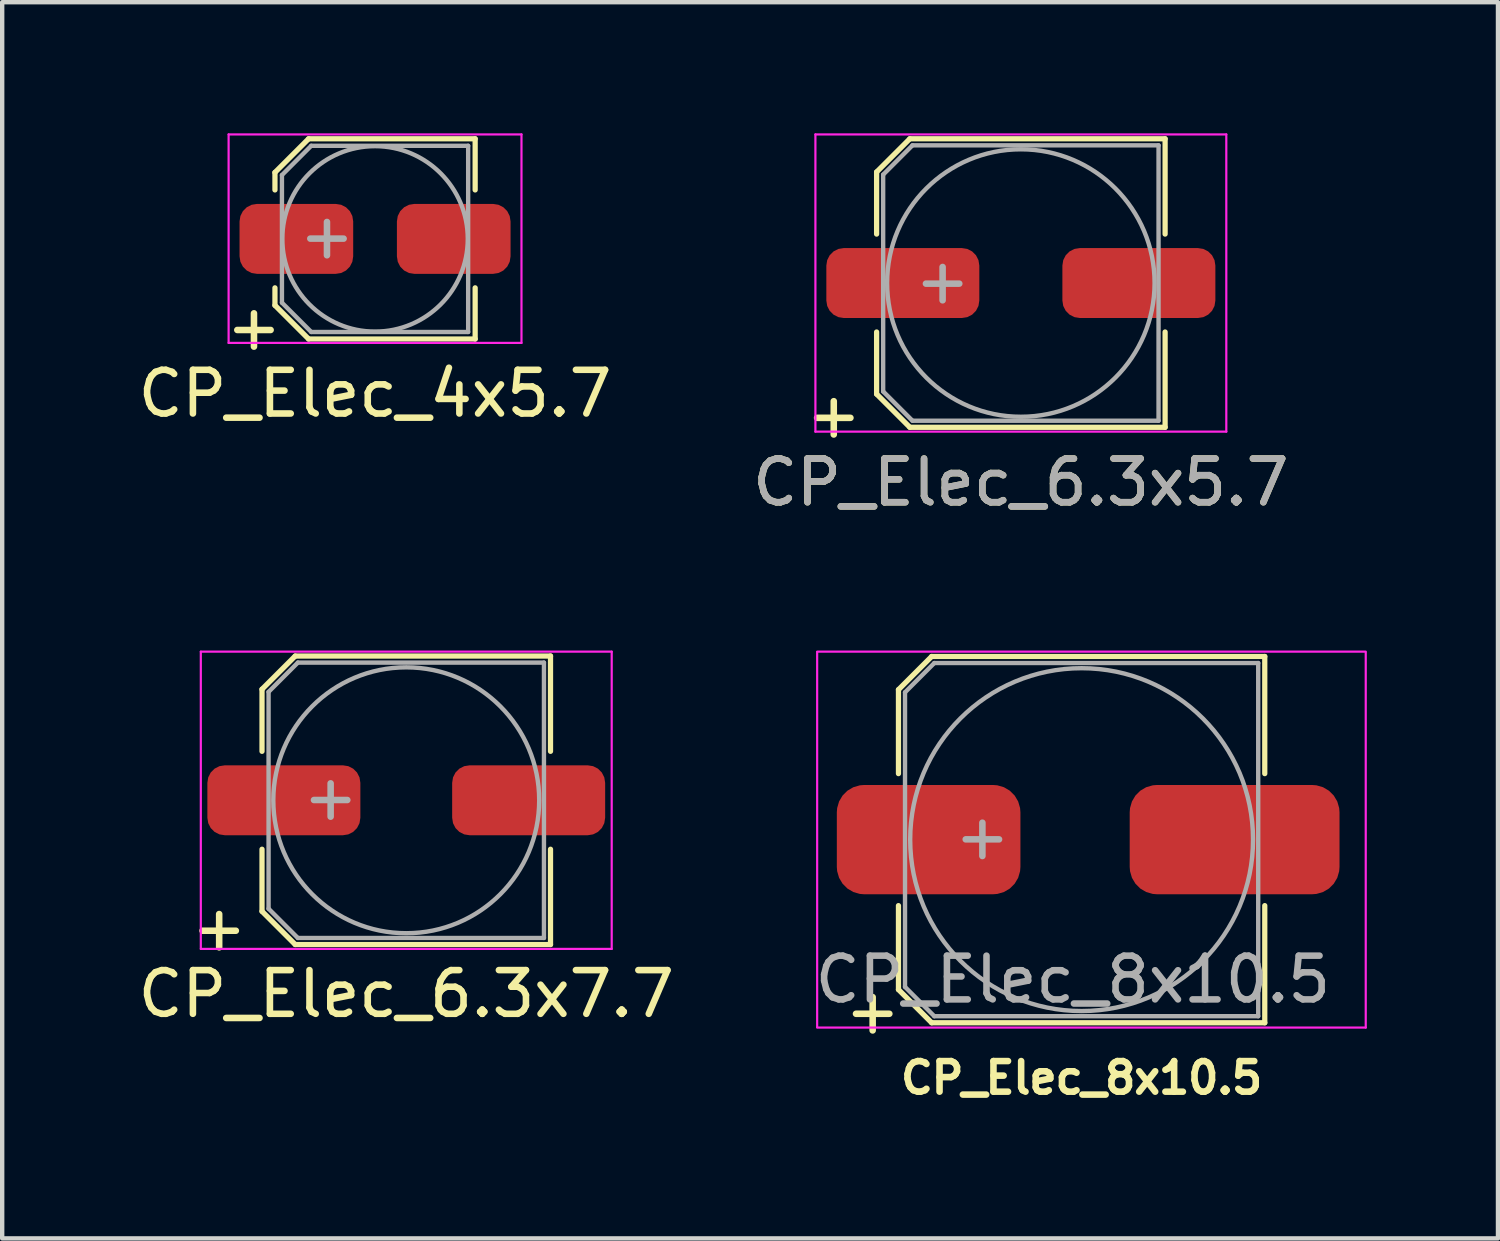
<source format=kicad_pcb>
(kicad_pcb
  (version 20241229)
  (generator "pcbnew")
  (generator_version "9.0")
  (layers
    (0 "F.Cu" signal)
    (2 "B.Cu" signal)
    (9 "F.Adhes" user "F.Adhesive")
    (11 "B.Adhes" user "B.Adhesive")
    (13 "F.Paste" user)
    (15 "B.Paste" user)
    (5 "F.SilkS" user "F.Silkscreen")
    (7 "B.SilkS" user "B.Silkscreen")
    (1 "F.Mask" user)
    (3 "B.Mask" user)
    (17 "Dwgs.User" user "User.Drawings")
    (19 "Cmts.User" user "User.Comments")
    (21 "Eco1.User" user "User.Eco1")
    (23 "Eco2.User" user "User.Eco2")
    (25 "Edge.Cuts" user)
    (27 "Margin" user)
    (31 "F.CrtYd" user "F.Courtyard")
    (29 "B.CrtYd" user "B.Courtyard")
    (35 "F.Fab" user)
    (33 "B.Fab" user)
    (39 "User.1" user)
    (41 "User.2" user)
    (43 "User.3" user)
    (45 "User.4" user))
  (footprint "CP_Elec_8x10.5"
    (layer "F.Cu")
    (at 21.694 16.158)
    (property "Reference" "CP_Elec_8x10.5" (at 0 5.45 0) (layer "F.SilkS") (effects (font (size 0.7 0.7) (thickness 0.15))))
    (attr smd)
    (fp_line (start -4.19 -3.43) (end -4.19 -1.51) (stroke (width 0.12) (type solid)) (layer "F.SilkS"))
    (fp_line (start -4.19 -3.43) (end -3.43 -4.19) (stroke (width 0.12) (type solid)) (layer "F.SilkS"))
    (fp_line (start -4.19 3.43) (end -4.19 1.51) (stroke (width 0.12) (type solid)) (layer "F.SilkS"))
    (fp_line (start -3.43 -4.19) (end 4.19 -4.19) (stroke (width 0.12) (type solid)) (layer "F.SilkS"))
    (fp_line (start -3.43 4.19) (end -4.19 3.43) (stroke (width 0.12) (type solid)) (layer "F.SilkS"))
    (fp_line (start 4.19 -4.19) (end 4.19 -1.51) (stroke (width 0.12) (type solid)) (layer "F.SilkS"))
    (fp_line (start 4.19 4.19) (end -3.43 4.19) (stroke (width 0.12) (type solid)) (layer "F.SilkS"))
    (fp_line (start 4.19 4.19) (end 4.19 1.51) (stroke (width 0.12) (type solid)) (layer "F.SilkS"))
    (fp_line (start -6.05 -4.3) (end 6.5 -4.3) (stroke (width 0.05) (type solid)) (layer "F.CrtYd"))
    (fp_line (start -6.05 -4.29) (end -6.05 4.29) (stroke (width 0.05) (type solid)) (layer "F.CrtYd"))
    (fp_line (start 6.5 4.3) (end -6.05 4.3) (stroke (width 0.05) (type solid)) (layer "F.CrtYd"))
    (fp_line (start 6.5 4.3) (end 6.5 -4.28) (stroke (width 0.05) (type solid)) (layer "F.CrtYd"))
    (fp_line (start -4.04 -3.37) (end -4.04 3.37) (stroke (width 0.1) (type solid)) (layer "F.Fab"))
    (fp_line (start -4.04 3.37) (end -3.37 4.04) (stroke (width 0.1) (type solid)) (layer "F.Fab"))
    (fp_line (start -3.37 -4.04) (end -4.04 -3.37) (stroke (width 0.1) (type solid)) (layer "F.Fab"))
    (fp_line (start -3.37 4.04) (end 4.04 4.04) (stroke (width 0.1) (type solid)) (layer "F.Fab"))
    (fp_line (start 4.04 -4.04) (end -3.37 -4.04) (stroke (width 0.1) (type solid)) (layer "F.Fab"))
    (fp_line (start 4.04 4.04) (end 4.04 -4.04) (stroke (width 0.1) (type solid)) (layer "F.Fab"))
    (fp_circle (center 0 0) (end 1.3 3.7) (stroke (width 0.1) (type solid)) (fill no) (layer "F.Fab"))
    (fp_text user "+" (at -4.78 3.91 0) (layer "F.SilkS") (effects (font (size 1 1) (thickness 0.15))))
    (fp_text user "+" (at -2.27 -0.08 0) (layer "F.Fab") (effects (font (size 1 1) (thickness 0.15))))
    (fp_text user "${REFERENCE}" (at -0.2 3.2 0) (layer "F.Fab") (effects (font (size 1 1) (thickness 0.15))))
    (pad "1" smd roundrect (at -3.5 0 180) (size 4.2 2.5) (layers "F.Cu" "F.Mask" "F.Paste") (roundrect_rratio 0.25))
    (pad "2" smd roundrect (at 3.5 0 180) (size 4.8 2.5) (layers "F.Cu" "F.Mask" "F.Paste") (roundrect_rratio 0.25)))
  (footprint "CP_Elec_4x5.7"
    (layer "F.Cu")
    (at 5.53 2.415)
    (property "Reference" "CP_Elec_4x5.7" (at 0 3.54 0) (layer "F.SilkS") (effects (font (size 1 1) (thickness 0.15))))
    (attr smd)
    (fp_line (start -2.29 -1.52) (end -2.29 -1.12) (stroke (width 0.12) (type solid)) (layer "F.SilkS"))
    (fp_line (start -2.29 1.52) (end -2.29 1.12) (stroke (width 0.12) (type solid)) (layer "F.SilkS"))
    (fp_line (start -1.52 -2.29) (end -2.29 -1.52) (stroke (width 0.12) (type solid)) (layer "F.SilkS"))
    (fp_line (start -1.52 -2.29) (end 2.29 -2.29) (stroke (width 0.12) (type solid)) (layer "F.SilkS"))
    (fp_line (start -1.52 2.29) (end -2.29 1.52) (stroke (width 0.12) (type solid)) (layer "F.SilkS"))
    (fp_line (start -1.52 2.29) (end 2.29 2.29) (stroke (width 0.12) (type solid)) (layer "F.SilkS"))
    (fp_line (start 2.29 -2.29) (end 2.29 -1.12) (stroke (width 0.12) (type solid)) (layer "F.SilkS"))
    (fp_line (start 2.29 2.29) (end 2.29 1.12) (stroke (width 0.12) (type solid)) (layer "F.SilkS"))
    (fp_line (start -3.35 -2.39) (end -3.35 2.38) (stroke (width 0.05) (type solid)) (layer "F.CrtYd"))
    (fp_line (start -3.35 -2.39) (end 3.35 -2.39) (stroke (width 0.05) (type solid)) (layer "F.CrtYd"))
    (fp_line (start 3.35 2.38) (end -3.35 2.38) (stroke (width 0.05) (type solid)) (layer "F.CrtYd"))
    (fp_line (start 3.35 2.38) (end 3.35 -2.39) (stroke (width 0.05) (type solid)) (layer "F.CrtYd"))
    (fp_line (start -2.13 -1.46) (end -2.13 1.46) (stroke (width 0.1) (type solid)) (layer "F.Fab"))
    (fp_line (start -2.13 1.46) (end -1.46 2.13) (stroke (width 0.1) (type solid)) (layer "F.Fab"))
    (fp_line (start -1.46 -2.13) (end -2.13 -1.46) (stroke (width 0.1) (type solid)) (layer "F.Fab"))
    (fp_line (start -1.46 2.13) (end 2.13 2.13) (stroke (width 0.1) (type solid)) (layer "F.Fab"))
    (fp_line (start 2.13 -2.13) (end -1.46 -2.13) (stroke (width 0.1) (type solid)) (layer "F.Fab"))
    (fp_line (start 2.13 2.13) (end 2.13 -2.13) (stroke (width 0.1) (type solid)) (layer "F.Fab"))
    (fp_circle (center 0 0) (end 0.3 2.1) (stroke (width 0.1) (type solid)) (fill no) (layer "F.Fab"))
    (fp_text user "+" (at -2.77 2.01 0) (layer "F.SilkS") (effects (font (size 1 1) (thickness 0.15))))
    (fp_text user "+" (at -1.1 -0.08 0) (layer "F.Fab") (effects (font (size 1 1) (thickness 0.15))))
    (pad "1" smd roundrect (at -1.8 0 180) (size 2.6 1.6) (layers "F.Cu" "F.Mask" "F.Paste") (roundrect_rratio 0.25))
    (pad "2" smd roundrect (at 1.8 0 180) (size 2.6 1.6) (layers "F.Cu" "F.Mask" "F.Paste") (roundrect_rratio 0.25)))
  (footprint "CP_Elec_6.3x5.7"
    (layer "F.Cu")
    (at 20.304 3.425)
    (property "Reference" "CP_Elec_6.3x5.7" (at 0 4.56 0) (layer "F.SilkS") (effects (font (size 1 1) (thickness 0.15))))
    (attr smd)
    (fp_line (start -3.3 -2.54) (end -3.3 -1.12) (stroke (width 0.12) (type solid)) (layer "F.SilkS"))
    (fp_line (start -3.3 -2.54) (end -2.54 -3.3) (stroke (width 0.12) (type solid)) (layer "F.SilkS"))
    (fp_line (start -3.3 2.54) (end -3.3 1.12) (stroke (width 0.12) (type solid)) (layer "F.SilkS"))
    (fp_line (start -2.54 -3.3) (end 3.3 -3.3) (stroke (width 0.12) (type solid)) (layer "F.SilkS"))
    (fp_line (start -2.54 3.3) (end -3.3 2.54) (stroke (width 0.12) (type solid)) (layer "F.SilkS"))
    (fp_line (start 3.3 -3.3) (end 3.3 -1.12) (stroke (width 0.12) (type solid)) (layer "F.SilkS"))
    (fp_line (start 3.3 3.3) (end -2.54 3.3) (stroke (width 0.12) (type solid)) (layer "F.SilkS"))
    (fp_line (start 3.3 3.3) (end 3.3 1.12) (stroke (width 0.12) (type solid)) (layer "F.SilkS"))
    (fp_line (start -4.7 -3.4) (end -4.7 3.4) (stroke (width 0.05) (type solid)) (layer "F.CrtYd"))
    (fp_line (start -4.7 -3.4) (end 4.7 -3.4) (stroke (width 0.05) (type solid)) (layer "F.CrtYd"))
    (fp_line (start 4.7 3.4) (end -4.7 3.4) (stroke (width 0.05) (type solid)) (layer "F.CrtYd"))
    (fp_line (start 4.7 3.4) (end 4.7 -3.4) (stroke (width 0.05) (type solid)) (layer "F.CrtYd"))
    (fp_line (start -3.15 -2.48) (end -3.15 2.48) (stroke (width 0.1) (type solid)) (layer "F.Fab"))
    (fp_line (start -3.15 2.48) (end -2.48 3.15) (stroke (width 0.1) (type solid)) (layer "F.Fab"))
    (fp_line (start -2.48 -3.15) (end -3.15 -2.48) (stroke (width 0.1) (type solid)) (layer "F.Fab"))
    (fp_line (start -2.48 3.15) (end 3.15 3.15) (stroke (width 0.1) (type solid)) (layer "F.Fab"))
    (fp_line (start 3.15 -3.15) (end -2.48 -3.15) (stroke (width 0.1) (type solid)) (layer "F.Fab"))
    (fp_line (start 3.15 3.15) (end 3.15 -3.15) (stroke (width 0.1) (type solid)) (layer "F.Fab"))
    (fp_circle (center 0 0) (end 0.6 3) (stroke (width 0.1) (type solid)) (fill no) (layer "F.Fab"))
    (fp_text user "+" (at -4.28 3.01 0) (layer "F.SilkS") (effects (font (size 1 1) (thickness 0.15))))
    (fp_text user "${REFERENCE}" (at 0 4.56 0) (layer "F.Fab") (effects (font (size 1 1) (thickness 0.15))))
    (fp_text user "+" (at -1.79 -0.06 0) (layer "F.Fab") (effects (font (size 1 1) (thickness 0.15))))
    (pad "1" smd roundrect (at -2.7 0 180) (size 3.5 1.6) (layers "F.Cu" "F.Mask" "F.Paste") (roundrect_rratio 0.25))
    (pad "2" smd roundrect (at 2.7 0 180) (size 3.5 1.6) (layers "F.Cu" "F.Mask" "F.Paste") (roundrect_rratio 0.25)))
  (footprint "CP_Elec_6.3x7.7"
    (layer "F.Cu")
    (at 6.244 15.258)
    (property "Reference" "CP_Elec_6.3x7.7" (at 0 4.43 0) (layer "F.SilkS") (effects (font (size 1 1) (thickness 0.15))))
    (attr smd)
    (fp_line (start -3.3 -2.54) (end -3.3 -1.12) (stroke (width 0.12) (type solid)) (layer "F.SilkS"))
    (fp_line (start -3.3 -2.54) (end -2.54 -3.3) (stroke (width 0.12) (type solid)) (layer "F.SilkS"))
    (fp_line (start -3.3 2.54) (end -3.3 1.12) (stroke (width 0.12) (type solid)) (layer "F.SilkS"))
    (fp_line (start -2.54 -3.3) (end 3.3 -3.3) (stroke (width 0.12) (type solid)) (layer "F.SilkS"))
    (fp_line (start -2.54 3.3) (end -3.3 2.54) (stroke (width 0.12) (type solid)) (layer "F.SilkS"))
    (fp_line (start 3.3 -3.3) (end 3.3 -1.12) (stroke (width 0.12) (type solid)) (layer "F.SilkS"))
    (fp_line (start 3.3 3.3) (end -2.54 3.3) (stroke (width 0.12) (type solid)) (layer "F.SilkS"))
    (fp_line (start 3.3 3.3) (end 3.3 1.12) (stroke (width 0.12) (type solid)) (layer "F.SilkS"))
    (fp_line (start -4.7 -3.4) (end -4.7 3.4) (stroke (width 0.05) (type solid)) (layer "F.CrtYd"))
    (fp_line (start -4.7 -3.4) (end 4.7 -3.4) (stroke (width 0.05) (type solid)) (layer "F.CrtYd"))
    (fp_line (start 4.7 3.4) (end -4.7 3.4) (stroke (width 0.05) (type solid)) (layer "F.CrtYd"))
    (fp_line (start 4.7 3.4) (end 4.7 -3.4) (stroke (width 0.05) (type solid)) (layer "F.CrtYd"))
    (fp_line (start -3.15 -2.48) (end -3.15 2.48) (stroke (width 0.1) (type solid)) (layer "F.Fab"))
    (fp_line (start -3.15 2.48) (end -2.48 3.15) (stroke (width 0.1) (type solid)) (layer "F.Fab"))
    (fp_line (start -2.48 -3.15) (end -3.15 -2.48) (stroke (width 0.1) (type solid)) (layer "F.Fab"))
    (fp_line (start -2.48 3.15) (end 3.15 3.15) (stroke (width 0.1) (type solid)) (layer "F.Fab"))
    (fp_line (start 3.15 -3.15) (end -2.48 -3.15) (stroke (width 0.1) (type solid)) (layer "F.Fab"))
    (fp_line (start 3.15 3.15) (end 3.15 -3.15) (stroke (width 0.1) (type solid)) (layer "F.Fab"))
    (fp_circle (center 0 0) (end 0.5 3) (stroke (width 0.1) (type solid)) (fill no) (layer "F.Fab"))
    (fp_text user "+" (at -4.28 2.91 0) (layer "F.SilkS") (effects (font (size 1 1) (thickness 0.15))))
    (fp_text user "+" (at -1.73 -0.08 0) (layer "F.Fab") (effects (font (size 1 1) (thickness 0.15))))
    (pad "1" smd roundrect (at -2.8 0 180) (size 3.5 1.6) (layers "F.Cu" "F.Mask" "F.Paste") (roundrect_rratio 0.25))
    (pad "2" smd roundrect (at 2.8 0 180) (size 3.5 1.6) (layers "F.Cu" "F.Mask" "F.Paste") (roundrect_rratio 0.25)))
  (gr_rect
    (start -3 -3)
    (end 31.219 25.281)
    (stroke (width 0.1) (type default))
    (fill no)
    (layer "Edge.Cuts")))
</source>
